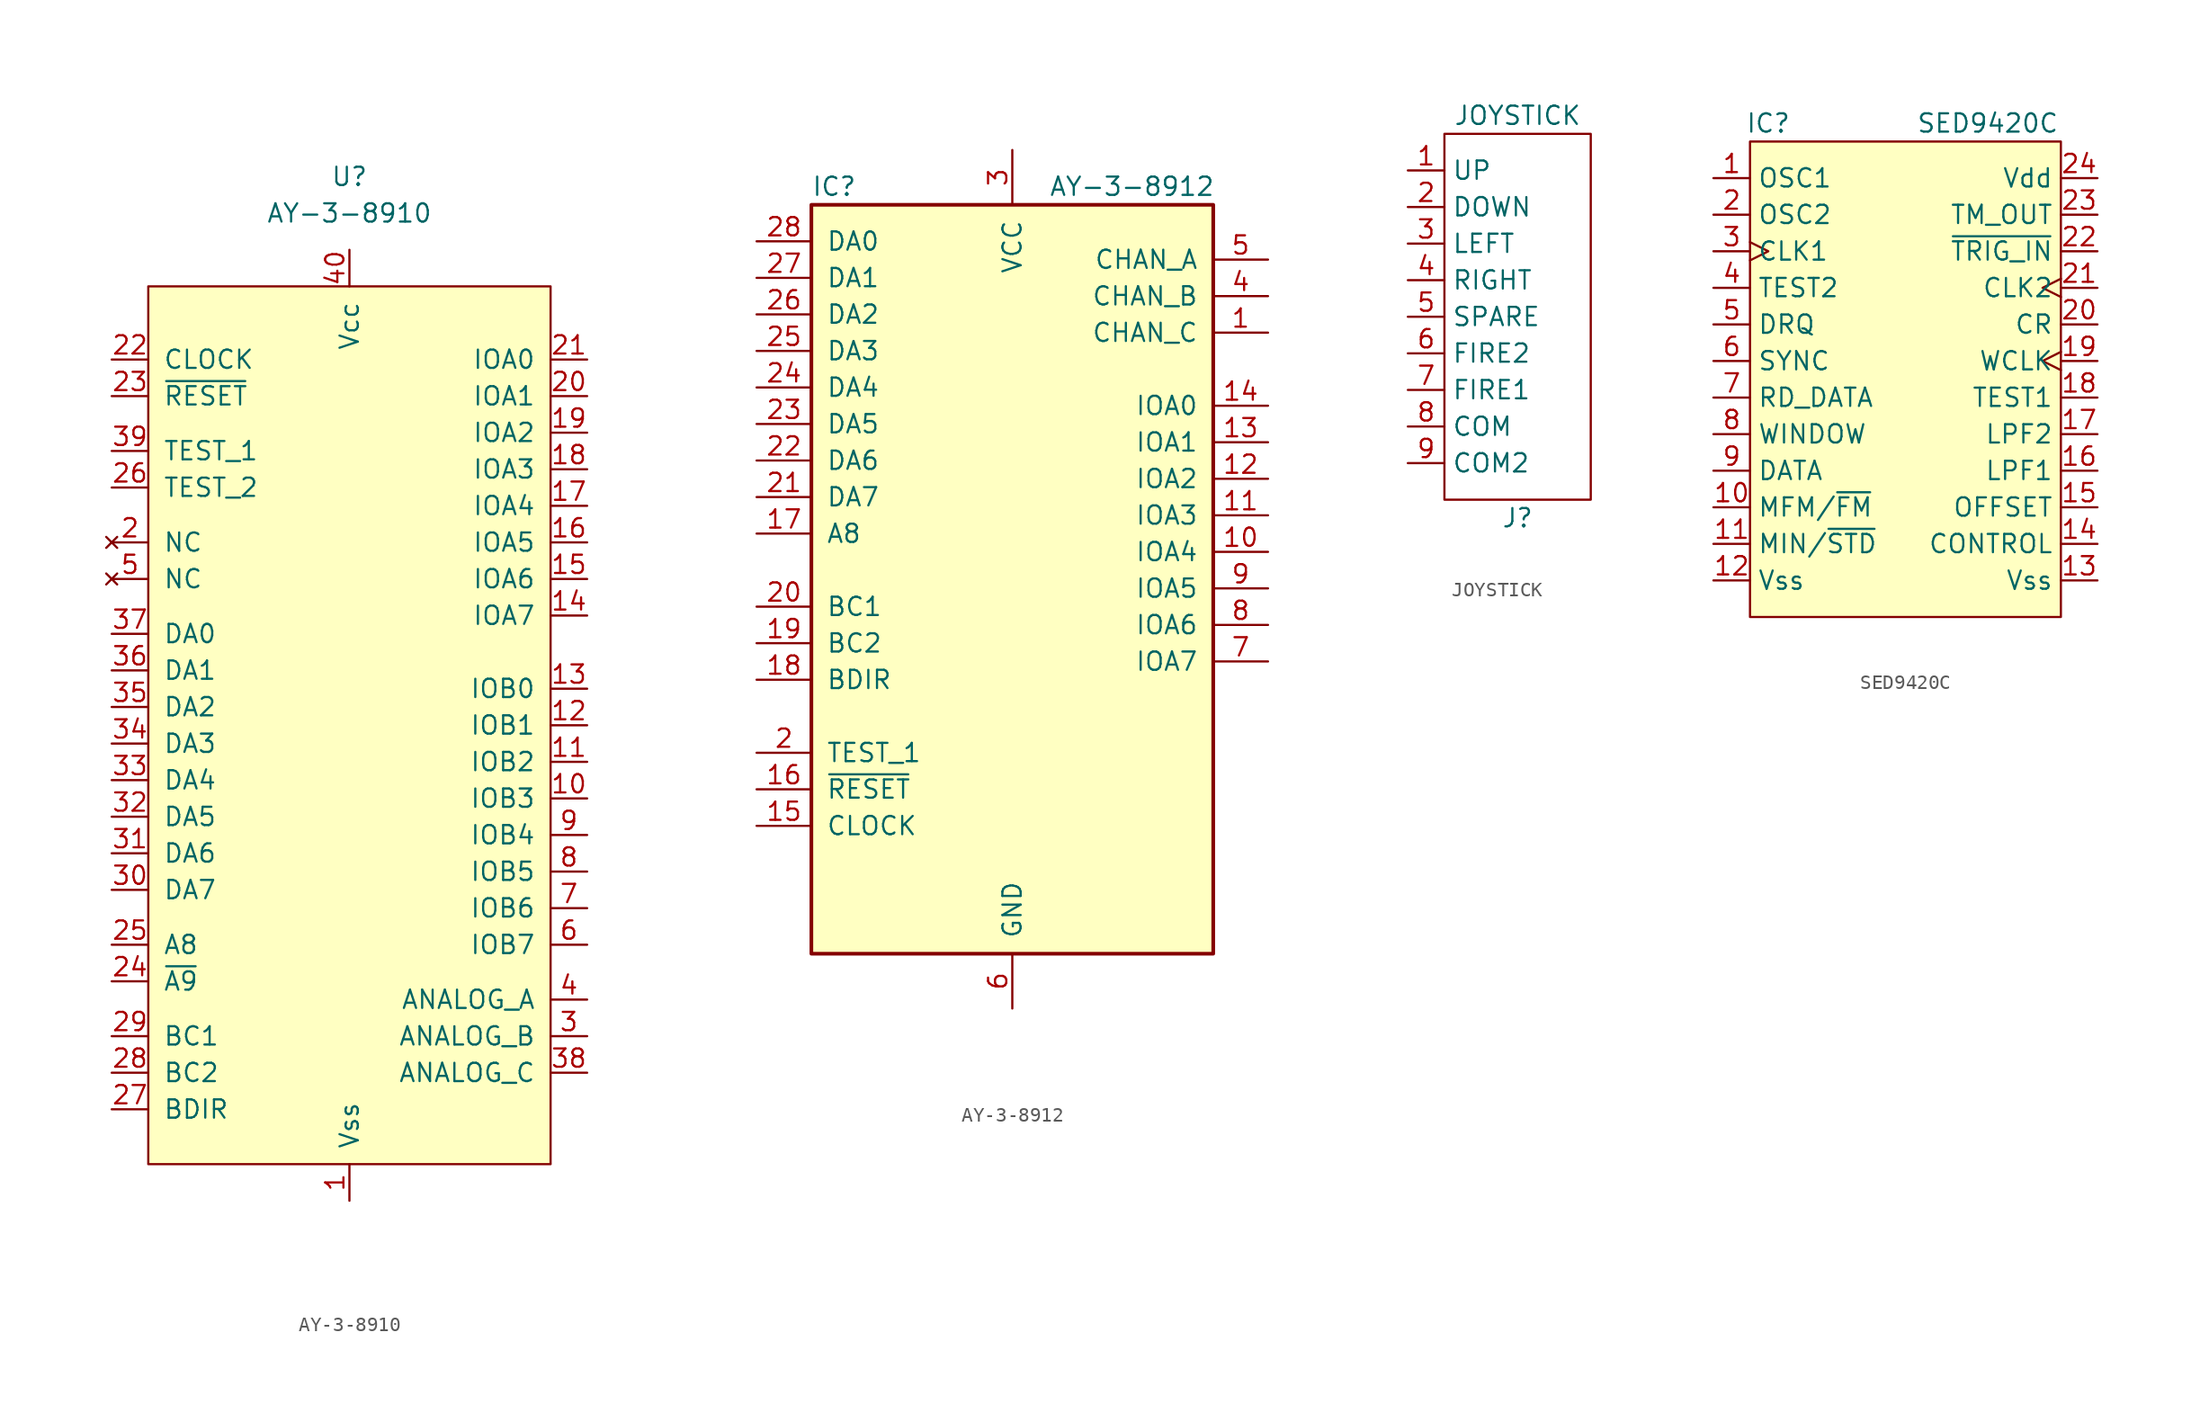
<source format=kicad_sym>
(kicad_symbol_lib
  (version 20211014)
  (generator kicad_symbol_editor)
  (symbol "AY-3-8910"
    (pin_names
      (offset 1.016))
    (property "Reference" "U"
      (at 0 38.1 0)
      (effects (font (size 1.27 1.27))))
    (property "Value" "AY-3-8910"
      (at 0 35.56 0)
      (effects (font (size 1.27 1.27))))
    (symbol "AY-3-8910_0_0"
      (pin passive line (at 0 -33.02 90) (length 2.54) (name "Vss" (effects (font (size 1.27 1.27)))) (number "1" (effects (font (size 1.27 1.27)))))
      (pin bidirectional line (at 16.51 -5.08 180) (length 2.54) (name "IOB3" (effects (font (size 1.27 1.27)))) (number "10" (effects (font (size 1.27 1.27)))))
      (pin bidirectional line (at 16.51 -2.54 180) (length 2.54) (name "IOB2" (effects (font (size 1.27 1.27)))) (number "11" (effects (font (size 1.27 1.27)))))
      (pin bidirectional line (at 16.51 0 180) (length 2.54) (name "IOB1" (effects (font (size 1.27 1.27)))) (number "12" (effects (font (size 1.27 1.27)))))
      (pin bidirectional line (at 16.51 2.54 180) (length 2.54) (name "IOB0" (effects (font (size 1.27 1.27)))) (number "13" (effects (font (size 1.27 1.27)))))
      (pin bidirectional line (at 16.51 7.62 180) (length 2.54) (name "IOA7" (effects (font (size 1.27 1.27)))) (number "14" (effects (font (size 1.27 1.27)))))
      (pin bidirectional line (at 16.51 10.16 180) (length 2.54) (name "IOA6" (effects (font (size 1.27 1.27)))) (number "15" (effects (font (size 1.27 1.27)))))
      (pin bidirectional line (at 16.51 12.7 180) (length 2.54) (name "IOA5" (effects (font (size 1.27 1.27)))) (number "16" (effects (font (size 1.27 1.27)))))
      (pin bidirectional line (at 16.51 15.24 180) (length 2.54) (name "IOA4" (effects (font (size 1.27 1.27)))) (number "17" (effects (font (size 1.27 1.27)))))
      (pin bidirectional line (at 16.51 17.78 180) (length 2.54) (name "IOA3" (effects (font (size 1.27 1.27)))) (number "18" (effects (font (size 1.27 1.27)))))
      (pin bidirectional line (at 16.51 20.32 180) (length 2.54) (name "IOA2" (effects (font (size 1.27 1.27)))) (number "19" (effects (font (size 1.27 1.27)))))
      (pin no_connect line (at -16.51 12.7 0) (length 2.54) (name "NC" (effects (font (size 1.27 1.27)))) (number "2" (effects (font (size 1.27 1.27)))))
      (pin bidirectional line (at 16.51 22.86 180) (length 2.54) (name "IOA1" (effects (font (size 1.27 1.27)))) (number "20" (effects (font (size 1.27 1.27)))))
      (pin bidirectional line (at 16.51 25.4 180) (length 2.54) (name "IOA0" (effects (font (size 1.27 1.27)))) (number "21" (effects (font (size 1.27 1.27)))))
      (pin input line (at -16.51 25.4 0) (length 2.54) (name "CLOCK" (effects (font (size 1.27 1.27)))) (number "22" (effects (font (size 1.27 1.27)))))
      (pin input line (at -16.51 22.86 0) (length 2.54) (name "~{RESET}" (effects (font (size 1.27 1.27)))) (number "23" (effects (font (size 1.27 1.27)))))
      (pin input line (at -16.51 -17.78 0) (length 2.54) (name "~{A9}" (effects (font (size 1.27 1.27)))) (number "24" (effects (font (size 1.27 1.27)))))
      (pin input line (at -16.51 -15.24 0) (length 2.54) (name "A8" (effects (font (size 1.27 1.27)))) (number "25" (effects (font (size 1.27 1.27)))))
      (pin input line (at -16.51 16.51 0) (length 2.54) (name "TEST_2" (effects (font (size 1.27 1.27)))) (number "26" (effects (font (size 1.27 1.27)))))
      (pin input line (at -16.51 -26.67 0) (length 2.54) (name "BDIR" (effects (font (size 1.27 1.27)))) (number "27" (effects (font (size 1.27 1.27)))))
      (pin input line (at -16.51 -24.13 0) (length 2.54) (name "BC2" (effects (font (size 1.27 1.27)))) (number "28" (effects (font (size 1.27 1.27)))))
      (pin input line (at -16.51 -21.59 0) (length 2.54) (name "BC1" (effects (font (size 1.27 1.27)))) (number "29" (effects (font (size 1.27 1.27)))))
      (pin output line (at 16.51 -21.59 180) (length 2.54) (name "ANALOG_B" (effects (font (size 1.27 1.27)))) (number "3" (effects (font (size 1.27 1.27)))))
      (pin bidirectional line (at -16.51 -11.43 0) (length 2.54) (name "DA7" (effects (font (size 1.27 1.27)))) (number "30" (effects (font (size 1.27 1.27)))))
      (pin bidirectional line (at -16.51 -8.89 0) (length 2.54) (name "DA6" (effects (font (size 1.27 1.27)))) (number "31" (effects (font (size 1.27 1.27)))))
      (pin bidirectional line (at -16.51 -6.35 0) (length 2.54) (name "DA5" (effects (font (size 1.27 1.27)))) (number "32" (effects (font (size 1.27 1.27)))))
      (pin bidirectional line (at -16.51 -3.81 0) (length 2.54) (name "DA4" (effects (font (size 1.27 1.27)))) (number "33" (effects (font (size 1.27 1.27)))))
      (pin bidirectional line (at -16.51 -1.27 0) (length 2.54) (name "DA3" (effects (font (size 1.27 1.27)))) (number "34" (effects (font (size 1.27 1.27)))))
      (pin bidirectional line (at -16.51 1.27 0) (length 2.54) (name "DA2" (effects (font (size 1.27 1.27)))) (number "35" (effects (font (size 1.27 1.27)))))
      (pin bidirectional line (at -16.51 3.81 0) (length 2.54) (name "DA1" (effects (font (size 1.27 1.27)))) (number "36" (effects (font (size 1.27 1.27)))))
      (pin bidirectional line (at -16.51 6.35 0) (length 2.54) (name "DA0" (effects (font (size 1.27 1.27)))) (number "37" (effects (font (size 1.27 1.27)))))
      (pin output line (at 16.51 -24.13 180) (length 2.54) (name "ANALOG_C" (effects (font (size 1.27 1.27)))) (number "38" (effects (font (size 1.27 1.27)))))
      (pin input line (at -16.51 19.05 0) (length 2.54) (name "TEST_1" (effects (font (size 1.27 1.27)))) (number "39" (effects (font (size 1.27 1.27)))))
      (pin output line (at 16.51 -19.05 180) (length 2.54) (name "ANALOG_A" (effects (font (size 1.27 1.27)))) (number "4" (effects (font (size 1.27 1.27)))))
      (pin power_in line (at 0 33.02 270) (length 2.54) (name "Vcc" (effects (font (size 1.27 1.27)))) (number "40" (effects (font (size 1.27 1.27)))))
      (pin no_connect line (at -16.51 10.16 0) (length 2.54) (name "NC" (effects (font (size 1.27 1.27)))) (number "5" (effects (font (size 1.27 1.27)))))
      (pin bidirectional line (at 16.51 -15.24 180) (length 2.54) (name "IOB7" (effects (font (size 1.27 1.27)))) (number "6" (effects (font (size 1.27 1.27)))))
      (pin bidirectional line (at 16.51 -12.7 180) (length 2.54) (name "IOB6" (effects (font (size 1.27 1.27)))) (number "7" (effects (font (size 1.27 1.27)))))
      (pin bidirectional line (at 16.51 -10.16 180) (length 2.54) (name "IOB5" (effects (font (size 1.27 1.27)))) (number "8" (effects (font (size 1.27 1.27)))))
      (pin bidirectional line (at 16.51 -7.62 180) (length 2.54) (name "IOB4" (effects (font (size 1.27 1.27)))) (number "9" (effects (font (size 1.27 1.27))))))
    (symbol "AY-3-8910_0_1"
      (rectangle (start -13.97 30.48) (end 13.97 -30.48) (stroke (width 0) (type default) (color 0 0 0 0)) (fill (type background)))))
  (symbol "AY-3-8912"
    (pin_names
      (offset 1.016))
    (property "Reference" "IC"
      (at 0 1.27 0)
      (effects (font (size 1.27 1.27)) (justify left)))
    (property "Value" "AY-3-8912"
      (at 16.51 1.27 0)
      (effects (font (size 1.27 1.27)) (justify left)))
    (symbol "AY-3-8912_0_0"
      (pin bidirectional line (at -3.81 -5.08 0) (length 3.81) (name "DA1" (effects (font (size 1.27 1.27)))) (number "27" (effects (font (size 1.27 1.27))))))
    (symbol "AY-3-8912_0_1"
      (rectangle (start 0 0) (end 27.94 -52.07) (stroke (width 0.254) (type default) (color 0 0 0 0)) (fill (type background))))
    (symbol "AY-3-8912_1_1"
      (pin output line (at 31.75 -8.89 180) (length 3.81) (name "CHAN_C" (effects (font (size 1.27 1.27)))) (number "1" (effects (font (size 1.27 1.27)))))
      (pin bidirectional line (at 31.75 -24.13 180) (length 3.81) (name "IOA4" (effects (font (size 1.27 1.27)))) (number "10" (effects (font (size 1.27 1.27)))))
      (pin bidirectional line (at 31.75 -21.59 180) (length 3.81) (name "IOA3" (effects (font (size 1.27 1.27)))) (number "11" (effects (font (size 1.27 1.27)))))
      (pin bidirectional line (at 31.75 -19.05 180) (length 3.81) (name "IOA2" (effects (font (size 1.27 1.27)))) (number "12" (effects (font (size 1.27 1.27)))))
      (pin bidirectional line (at 31.75 -16.51 180) (length 3.81) (name "IOA1" (effects (font (size 1.27 1.27)))) (number "13" (effects (font (size 1.27 1.27)))))
      (pin bidirectional line (at 31.75 -13.97 180) (length 3.81) (name "IOA0" (effects (font (size 1.27 1.27)))) (number "14" (effects (font (size 1.27 1.27)))))
      (pin input line (at -3.81 -43.18 0) (length 3.81) (name "CLOCK" (effects (font (size 1.27 1.27)))) (number "15" (effects (font (size 1.27 1.27)))))
      (pin input line (at -3.81 -40.64 0) (length 3.81) (name "~{RESET}" (effects (font (size 1.27 1.27)))) (number "16" (effects (font (size 1.27 1.27)))))
      (pin input line (at -3.81 -22.86 0) (length 3.81) (name "A8" (effects (font (size 1.27 1.27)))) (number "17" (effects (font (size 1.27 1.27)))))
      (pin input line (at -3.81 -33.02 0) (length 3.81) (name "BDIR" (effects (font (size 1.27 1.27)))) (number "18" (effects (font (size 1.27 1.27)))))
      (pin input line (at -3.81 -30.48 0) (length 3.81) (name "BC2" (effects (font (size 1.27 1.27)))) (number "19" (effects (font (size 1.27 1.27)))))
      (pin unspecified line (at -3.81 -38.1 0) (length 3.81) (name "TEST_1" (effects (font (size 1.27 1.27)))) (number "2" (effects (font (size 1.27 1.27)))))
      (pin input line (at -3.81 -27.94 0) (length 3.81) (name "BC1" (effects (font (size 1.27 1.27)))) (number "20" (effects (font (size 1.27 1.27)))))
      (pin bidirectional line (at -3.81 -20.32 0) (length 3.81) (name "DA7" (effects (font (size 1.27 1.27)))) (number "21" (effects (font (size 1.27 1.27)))))
      (pin bidirectional line (at -3.81 -17.78 0) (length 3.81) (name "DA6" (effects (font (size 1.27 1.27)))) (number "22" (effects (font (size 1.27 1.27)))))
      (pin bidirectional line (at -3.81 -15.24 0) (length 3.81) (name "DA5" (effects (font (size 1.27 1.27)))) (number "23" (effects (font (size 1.27 1.27)))))
      (pin bidirectional line (at -3.81 -12.7 0) (length 3.81) (name "DA4" (effects (font (size 1.27 1.27)))) (number "24" (effects (font (size 1.27 1.27)))))
      (pin bidirectional line (at -3.81 -10.16 0) (length 3.81) (name "DA3" (effects (font (size 1.27 1.27)))) (number "25" (effects (font (size 1.27 1.27)))))
      (pin bidirectional line (at -3.81 -7.62 0) (length 3.81) (name "DA2" (effects (font (size 1.27 1.27)))) (number "26" (effects (font (size 1.27 1.27)))))
      (pin bidirectional line (at -3.81 -2.54 0) (length 3.81) (name "DA0" (effects (font (size 1.27 1.27)))) (number "28" (effects (font (size 1.27 1.27)))))
      (pin power_in line (at 13.97 3.81 270) (length 3.81) (name "VCC" (effects (font (size 1.27 1.27)))) (number "3" (effects (font (size 1.27 1.27)))))
      (pin output line (at 31.75 -6.35 180) (length 3.81) (name "CHAN_B" (effects (font (size 1.27 1.27)))) (number "4" (effects (font (size 1.27 1.27)))))
      (pin output line (at 31.75 -3.81 180) (length 3.81) (name "CHAN_A" (effects (font (size 1.27 1.27)))) (number "5" (effects (font (size 1.27 1.27)))))
      (pin passive line (at 13.97 -55.88 90) (length 3.81) (name "GND" (effects (font (size 1.27 1.27)))) (number "6" (effects (font (size 1.27 1.27)))))
      (pin bidirectional line (at 31.75 -31.75 180) (length 3.81) (name "IOA7" (effects (font (size 1.27 1.27)))) (number "7" (effects (font (size 1.27 1.27)))))
      (pin bidirectional line (at 31.75 -29.21 180) (length 3.81) (name "IOA6" (effects (font (size 1.27 1.27)))) (number "8" (effects (font (size 1.27 1.27)))))
      (pin bidirectional line (at 31.75 -26.67 180) (length 3.81) (name "IOA5" (effects (font (size 1.27 1.27)))) (number "9" (effects (font (size 1.27 1.27)))))))
  (symbol "JOYSTICK"
    (property "Reference" "J"
      (at 7.62 -24.13 0)
      (effects (font (size 1.27 1.27))))
    (property "Value" "JOYSTICK"
      (at 7.62 3.81 0)
      (effects (font (size 1.27 1.27))))
    (symbol "JOYSTICK_0_0"
      (pin input line (at 0 0 0) (length 2.54) (name "UP" (effects (font (size 1.27 1.27)))) (number "1" (effects (font (size 1.27 1.27)))))
      (pin input line (at 0 -2.54 0) (length 2.54) (name "DOWN" (effects (font (size 1.27 1.27)))) (number "2" (effects (font (size 1.27 1.27)))))
      (pin input line (at 0 -5.08 0) (length 2.54) (name "LEFT" (effects (font (size 1.27 1.27)))) (number "3" (effects (font (size 1.27 1.27)))))
      (pin input line (at 0 -7.62 0) (length 2.54) (name "RIGHT" (effects (font (size 1.27 1.27)))) (number "4" (effects (font (size 1.27 1.27)))))
      (pin input line (at 0 -10.16 0) (length 2.54) (name "SPARE" (effects (font (size 1.27 1.27)))) (number "5" (effects (font (size 1.27 1.27)))))
      (pin input line (at 0 -12.7 0) (length 2.54) (name "FIRE2" (effects (font (size 1.27 1.27)))) (number "6" (effects (font (size 1.27 1.27)))))
      (pin input line (at 0 -15.24 0) (length 2.54) (name "FIRE1" (effects (font (size 1.27 1.27)))) (number "7" (effects (font (size 1.27 1.27)))))
      (pin open_collector line (at 0 -17.78 0) (length 2.54) (name "COM" (effects (font (size 1.27 1.27)))) (number "8" (effects (font (size 1.27 1.27)))))
      (pin open_collector line (at 0 -20.32 0) (length 2.54) (name "COM2" (effects (font (size 1.27 1.27)))) (number "9" (effects (font (size 1.27 1.27))))))
    (symbol "JOYSTICK_0_1"
      (rectangle (start 2.54 2.54) (end 12.7 -22.86) (stroke (width 0.152) (type default) (color 0 0 0 0)) (fill (type none)))))
  (symbol "SED9420C"
    (property "Reference" "IC"
      (at 3.81 3.81 0)
      (effects (font (size 1.27 1.27))))
    (property "Value" "SED9420C"
      (at 19.05 3.81 0)
      (effects (font (size 1.27 1.27))))
    (symbol "SED9420C_0_0"
      (pin input line (at 0 0 0) (length 2.54) (name "OSC1" (effects (font (size 1.27 1.27)))) (number "1" (effects (font (size 1.27 1.27)))))
      (pin input line (at 0 -22.86 0) (length 2.54) (name "MFM/~{FM}" (effects (font (size 1.27 1.27)))) (number "10" (effects (font (size 1.27 1.27)))))
      (pin input line (at 0 -25.4 0) (length 2.54) (name "MIN/~{STD}" (effects (font (size 1.27 1.27)))) (number "11" (effects (font (size 1.27 1.27)))))
      (pin power_in line (at 0 -27.94 0) (length 2.54) (name "Vss" (effects (font (size 1.27 1.27)))) (number "12" (effects (font (size 1.27 1.27)))))
      (pin power_in line (at 26.67 -27.94 180) (length 2.54) (name "Vss" (effects (font (size 1.27 1.27)))) (number "13" (effects (font (size 1.27 1.27)))))
      (pin input line (at 26.67 -25.4 180) (length 2.54) (name "CONTROL" (effects (font (size 1.27 1.27)))) (number "14" (effects (font (size 1.27 1.27)))))
      (pin input line (at 26.67 -22.86 180) (length 2.54) (name "OFFSET" (effects (font (size 1.27 1.27)))) (number "15" (effects (font (size 1.27 1.27)))))
      (pin passive line (at 26.67 -20.32 180) (length 2.54) (name "LPF1" (effects (font (size 1.27 1.27)))) (number "16" (effects (font (size 1.27 1.27)))))
      (pin passive line (at 26.67 -17.78 180) (length 2.54) (name "LPF2" (effects (font (size 1.27 1.27)))) (number "17" (effects (font (size 1.27 1.27)))))
      (pin passive line (at 26.67 -15.24 180) (length 2.54) (name "TEST1" (effects (font (size 1.27 1.27)))) (number "18" (effects (font (size 1.27 1.27)))))
      (pin output clock (at 26.67 -12.7 180) (length 2.54) (name "WCLK" (effects (font (size 1.27 1.27)))) (number "19" (effects (font (size 1.27 1.27)))))
      (pin output line (at 0 -2.54 0) (length 2.54) (name "OSC2" (effects (font (size 1.27 1.27)))) (number "2" (effects (font (size 1.27 1.27)))))
      (pin passive line (at 26.67 -10.16 180) (length 2.54) (name "CR" (effects (font (size 1.27 1.27)))) (number "20" (effects (font (size 1.27 1.27)))))
      (pin output clock (at 26.67 -7.62 180) (length 2.54) (name "CLK2" (effects (font (size 1.27 1.27)))) (number "21" (effects (font (size 1.27 1.27)))))
      (pin input line (at 26.67 -5.08 180) (length 2.54) (name "~{TRIG_IN}" (effects (font (size 1.27 1.27)))) (number "22" (effects (font (size 1.27 1.27)))))
      (pin output line (at 26.67 -2.54 180) (length 2.54) (name "TM_OUT" (effects (font (size 1.27 1.27)))) (number "23" (effects (font (size 1.27 1.27)))))
      (pin power_in line (at 26.67 0 180) (length 2.54) (name "Vdd" (effects (font (size 1.27 1.27)))) (number "24" (effects (font (size 1.27 1.27)))))
      (pin output clock (at 0 -5.08 0) (length 2.54) (name "CLK1" (effects (font (size 1.27 1.27)))) (number "3" (effects (font (size 1.27 1.27)))))
      (pin passive line (at 0 -7.62 0) (length 2.54) (name "TEST2" (effects (font (size 1.27 1.27)))) (number "4" (effects (font (size 1.27 1.27)))))
      (pin input line (at 0 -10.16 0) (length 2.54) (name "DRQ" (effects (font (size 1.27 1.27)))) (number "5" (effects (font (size 1.27 1.27)))))
      (pin input line (at 0 -12.7 0) (length 2.54) (name "SYNC" (effects (font (size 1.27 1.27)))) (number "6" (effects (font (size 1.27 1.27)))))
      (pin input line (at 0 -15.24 0) (length 2.54) (name "RD_DATA" (effects (font (size 1.27 1.27)))) (number "7" (effects (font (size 1.27 1.27)))))
      (pin output line (at 0 -17.78 0) (length 2.54) (name "WINDOW" (effects (font (size 1.27 1.27)))) (number "8" (effects (font (size 1.27 1.27)))))
      (pin output line (at 0 -20.32 0) (length 2.54) (name "DATA" (effects (font (size 1.27 1.27)))) (number "9" (effects (font (size 1.27 1.27))))))
    (symbol "SED9420C_0_1"
      (rectangle (start 2.54 2.54) (end 24.13 -30.48) (stroke (width 0.152) (type default) (color 0 0 0 0)) (fill (type background))))))
</source>
